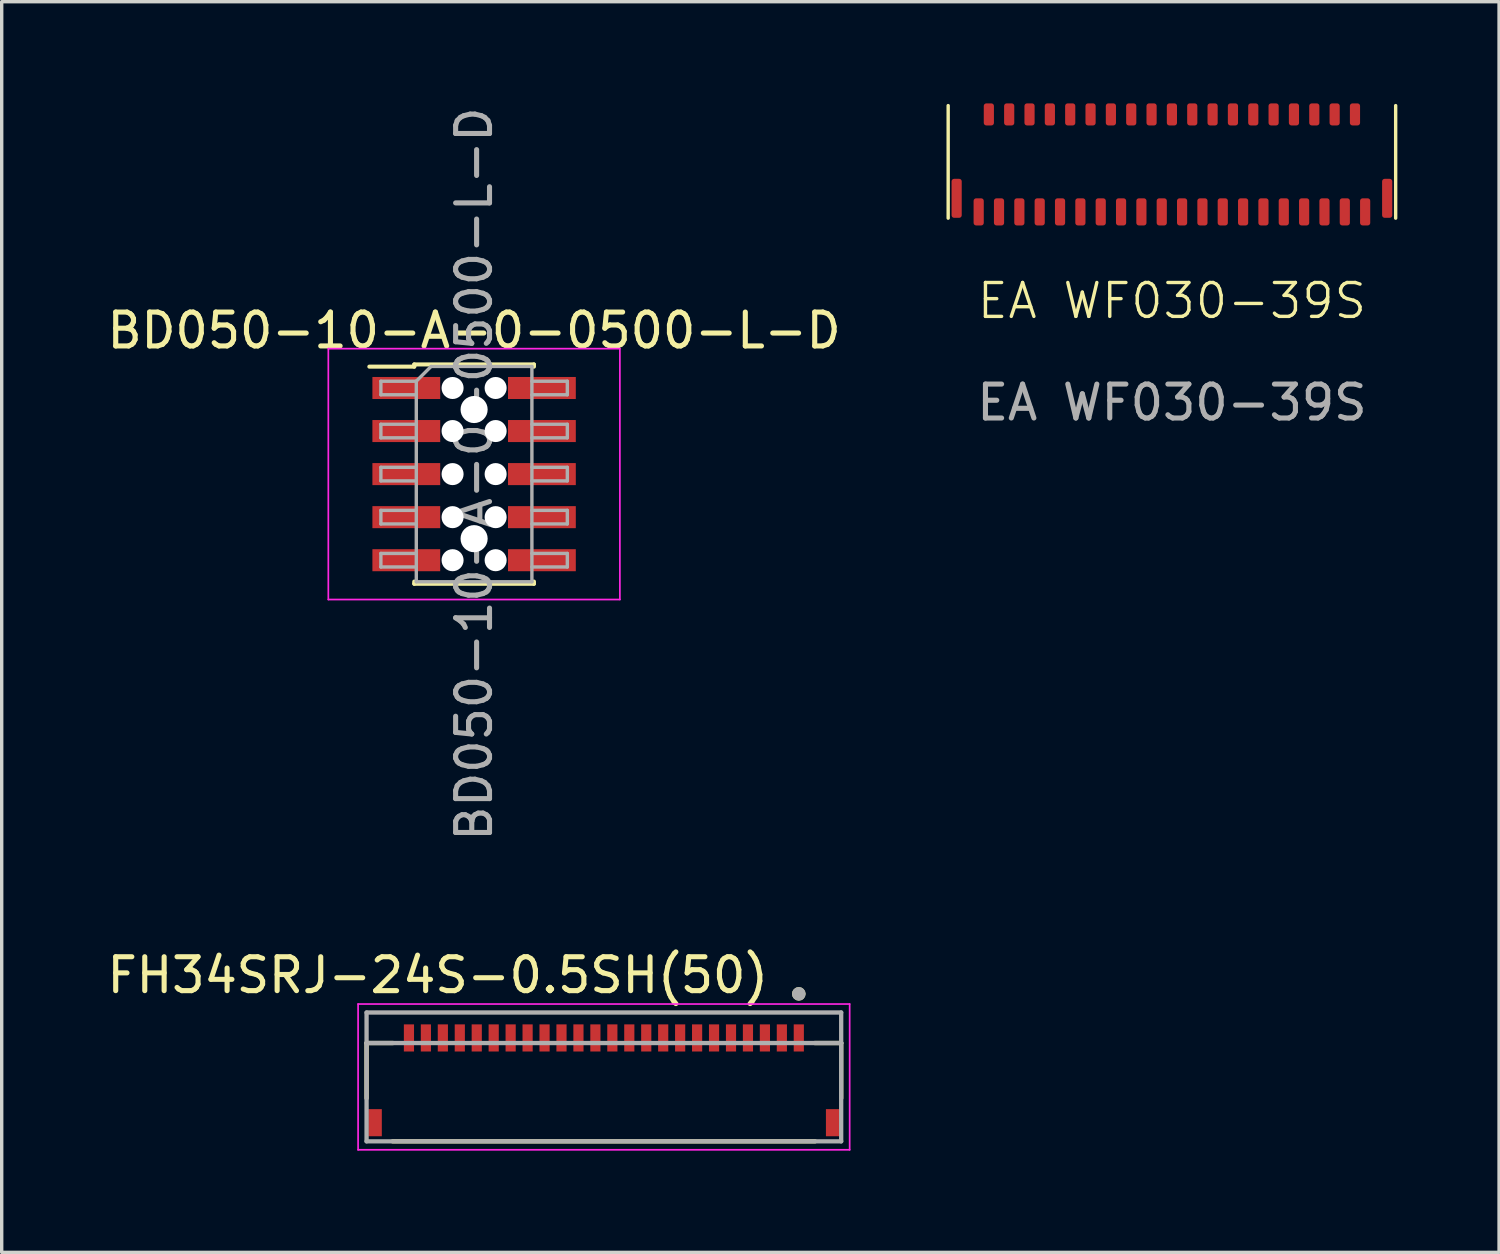
<source format=kicad_pcb>
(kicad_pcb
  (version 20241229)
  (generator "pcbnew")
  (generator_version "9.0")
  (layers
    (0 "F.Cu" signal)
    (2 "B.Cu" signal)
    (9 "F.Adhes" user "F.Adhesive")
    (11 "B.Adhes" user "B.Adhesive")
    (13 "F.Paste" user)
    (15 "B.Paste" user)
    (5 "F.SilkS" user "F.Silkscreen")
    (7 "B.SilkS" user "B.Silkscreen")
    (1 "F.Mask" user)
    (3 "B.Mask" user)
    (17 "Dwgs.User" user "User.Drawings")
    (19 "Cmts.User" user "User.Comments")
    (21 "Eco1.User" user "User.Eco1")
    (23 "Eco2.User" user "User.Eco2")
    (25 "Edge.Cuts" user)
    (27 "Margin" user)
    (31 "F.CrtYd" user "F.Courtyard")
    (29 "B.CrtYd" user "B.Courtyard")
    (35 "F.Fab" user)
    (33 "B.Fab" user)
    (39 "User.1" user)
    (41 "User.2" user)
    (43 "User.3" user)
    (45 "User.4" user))
  (footprint "EA WF030-39S"
    (layer "F.Cu")
    (at 31.519 1.725)
    (property "Reference" "EA WF030-39S" (at 0 4.1 0) (unlocked yes) (layer "F.SilkS") (effects (font (size 1 1) (thickness 0.1))))
    (attr smd)
    (fp_line (start -6.6 -1.66) (end -6.6 1.66) (stroke (width 0.1) (type default)) (layer "F.SilkS"))
    (fp_line (start 6.6 -1.66) (end 6.6 1.66) (stroke (width 0.1) (type default)) (layer "F.SilkS"))
    (fp_text user "${REFERENCE}" (at 0 7.1 0) (unlocked yes) (layer "F.Fab") (effects (font (size 1 1) (thickness 0.15))))
    (pad "1" smd roundrect (at -5.7 1.475) (size 0.3 0.8) (layers "F.Cu" "F.Mask" "F.Paste") (roundrect_rratio 0.25))
    (pad "2" smd roundrect (at -5.4 -1.4) (size 0.3 0.65) (layers "F.Cu" "F.Mask" "F.Paste") (roundrect_rratio 0.25))
    (pad "3" smd roundrect (at -5.1 1.475) (size 0.3 0.8) (layers "F.Cu" "F.Mask" "F.Paste") (roundrect_rratio 0.25))
    (pad "4" smd roundrect (at -4.8 -1.4) (size 0.3 0.65) (layers "F.Cu" "F.Mask" "F.Paste") (roundrect_rratio 0.25))
    (pad "5" smd roundrect (at -4.5 1.475) (size 0.3 0.8) (layers "F.Cu" "F.Mask" "F.Paste") (roundrect_rratio 0.25))
    (pad "6" smd roundrect (at -4.2 -1.4) (size 0.3 0.65) (layers "F.Cu" "F.Mask" "F.Paste") (roundrect_rratio 0.25))
    (pad "7" smd roundrect (at -3.9 1.475) (size 0.3 0.8) (layers "F.Cu" "F.Mask" "F.Paste") (roundrect_rratio 0.25))
    (pad "8" smd roundrect (at -3.6 -1.4) (size 0.3 0.65) (layers "F.Cu" "F.Mask" "F.Paste") (roundrect_rratio 0.25))
    (pad "9" smd roundrect (at -3.3 1.475) (size 0.3 0.8) (layers "F.Cu" "F.Mask" "F.Paste") (roundrect_rratio 0.25))
    (pad "10" smd roundrect (at -3 -1.4) (size 0.3 0.65) (layers "F.Cu" "F.Mask" "F.Paste") (roundrect_rratio 0.25))
    (pad "11" smd roundrect (at -2.7 1.475) (size 0.3 0.8) (layers "F.Cu" "F.Mask" "F.Paste") (roundrect_rratio 0.25))
    (pad "12" smd roundrect (at -2.4 -1.4) (size 0.3 0.65) (layers "F.Cu" "F.Mask" "F.Paste") (roundrect_rratio 0.25))
    (pad "13" smd roundrect (at -2.1 1.475) (size 0.3 0.8) (layers "F.Cu" "F.Mask" "F.Paste") (roundrect_rratio 0.25))
    (pad "14" smd roundrect (at -1.8 -1.4) (size 0.3 0.65) (layers "F.Cu" "F.Mask" "F.Paste") (roundrect_rratio 0.25))
    (pad "15" smd roundrect (at -1.5 1.475) (size 0.3 0.8) (layers "F.Cu" "F.Mask" "F.Paste") (roundrect_rratio 0.25))
    (pad "16" smd roundrect (at -1.2 -1.4) (size 0.3 0.65) (layers "F.Cu" "F.Mask" "F.Paste") (roundrect_rratio 0.25))
    (pad "17" smd roundrect (at -0.9 1.475) (size 0.3 0.8) (layers "F.Cu" "F.Mask" "F.Paste") (roundrect_rratio 0.25))
    (pad "18" smd roundrect (at -0.6 -1.4) (size 0.3 0.65) (layers "F.Cu" "F.Mask" "F.Paste") (roundrect_rratio 0.25))
    (pad "19" smd roundrect (at -0.3 1.475) (size 0.3 0.8) (layers "F.Cu" "F.Mask" "F.Paste") (roundrect_rratio 0.25))
    (pad "20" smd roundrect (at 0 -1.4) (size 0.3 0.65) (layers "F.Cu" "F.Mask" "F.Paste") (roundrect_rratio 0.25))
    (pad "21" smd roundrect (at 0.3 1.475) (size 0.3 0.8) (layers "F.Cu" "F.Mask" "F.Paste") (roundrect_rratio 0.25))
    (pad "22" smd roundrect (at 0.6 -1.4) (size 0.3 0.65) (layers "F.Cu" "F.Mask" "F.Paste") (roundrect_rratio 0.25))
    (pad "23" smd roundrect (at 0.9 1.475) (size 0.3 0.8) (layers "F.Cu" "F.Mask" "F.Paste") (roundrect_rratio 0.25))
    (pad "24" smd roundrect (at 1.2 -1.4) (size 0.3 0.65) (layers "F.Cu" "F.Mask" "F.Paste") (roundrect_rratio 0.25))
    (pad "25" smd roundrect (at 1.5 1.475) (size 0.3 0.8) (layers "F.Cu" "F.Mask" "F.Paste") (roundrect_rratio 0.25))
    (pad "26" smd roundrect (at 1.8 -1.4) (size 0.3 0.65) (layers "F.Cu" "F.Mask" "F.Paste") (roundrect_rratio 0.25))
    (pad "27" smd roundrect (at 2.1 1.475) (size 0.3 0.8) (layers "F.Cu" "F.Mask" "F.Paste") (roundrect_rratio 0.25))
    (pad "28" smd roundrect (at 2.4 -1.4) (size 0.3 0.65) (layers "F.Cu" "F.Mask" "F.Paste") (roundrect_rratio 0.25))
    (pad "29" smd roundrect (at 2.7 1.475) (size 0.3 0.8) (layers "F.Cu" "F.Mask" "F.Paste") (roundrect_rratio 0.25))
    (pad "30" smd roundrect (at 3 -1.4) (size 0.3 0.65) (layers "F.Cu" "F.Mask" "F.Paste") (roundrect_rratio 0.25))
    (pad "31" smd roundrect (at 3.3 1.475) (size 0.3 0.8) (layers "F.Cu" "F.Mask" "F.Paste") (roundrect_rratio 0.25))
    (pad "32" smd roundrect (at 3.6 -1.4) (size 0.3 0.65) (layers "F.Cu" "F.Mask" "F.Paste") (roundrect_rratio 0.25))
    (pad "33" smd roundrect (at 3.9 1.475) (size 0.3 0.8) (layers "F.Cu" "F.Mask" "F.Paste") (roundrect_rratio 0.25))
    (pad "34" smd roundrect (at 4.2 -1.4) (size 0.3 0.65) (layers "F.Cu" "F.Mask" "F.Paste") (roundrect_rratio 0.25))
    (pad "35" smd roundrect (at 4.5 1.475) (size 0.3 0.8) (layers "F.Cu" "F.Mask" "F.Paste") (roundrect_rratio 0.25))
    (pad "36" smd roundrect (at 4.8 -1.4) (size 0.3 0.65) (layers "F.Cu" "F.Mask" "F.Paste") (roundrect_rratio 0.25))
    (pad "37" smd roundrect (at 5.1 1.475) (size 0.3 0.8) (layers "F.Cu" "F.Mask" "F.Paste") (roundrect_rratio 0.25))
    (pad "38" smd roundrect (at 5.4 -1.4) (size 0.3 0.65) (layers "F.Cu" "F.Mask" "F.Paste") (roundrect_rratio 0.25))
    (pad "39" smd roundrect (at 5.7 1.475) (size 0.3 0.8) (layers "F.Cu" "F.Mask" "F.Paste") (roundrect_rratio 0.25))
    (pad "MP" smd roundrect (at -6.35 1.075) (size 0.3 1.15) (layers "F.Cu" "F.Mask" "F.Paste") (roundrect_rratio 0.25))
    (pad "MP" smd roundrect (at 6.35 1.075) (size 0.3 1.15) (layers "F.Cu" "F.Mask" "F.Paste") (roundrect_rratio 0.25)))
  (footprint "BD050-10-A-0-0500-L-D"
    (layer "F.Cu")
    (at 10.935 10.935)
    (property "Reference" "BD050-10-A-0-0500-L-D" (at 0 -4.235 0) (layer "F.SilkS") (effects (font (size 1 1) (thickness 0.15))))
    (attr smd)
    (fp_line (start -3.09 -3.17) (end -1.765 -3.17) (stroke (width 0.12) (type solid)) (layer "F.SilkS"))
    (fp_line (start -1.765 -3.235) (end -1.765 -3.17) (stroke (width 0.12) (type solid)) (layer "F.SilkS"))
    (fp_line (start -1.765 -3.235) (end 1.765 -3.235) (stroke (width 0.12) (type solid)) (layer "F.SilkS"))
    (fp_line (start -1.765 3.17) (end -1.765 3.235) (stroke (width 0.12) (type solid)) (layer "F.SilkS"))
    (fp_line (start -1.765 3.235) (end 1.765 3.235) (stroke (width 0.12) (type solid)) (layer "F.SilkS"))
    (fp_line (start 1.765 -3.235) (end 1.765 -3.17) (stroke (width 0.12) (type solid)) (layer "F.SilkS"))
    (fp_line (start 1.765 3.17) (end 1.765 3.235) (stroke (width 0.12) (type solid)) (layer "F.SilkS"))
    (fp_line (start -4.3 -3.7) (end -4.3 3.7) (stroke (width 0.05) (type solid)) (layer "F.CrtYd"))
    (fp_line (start -4.3 3.7) (end 4.3 3.7) (stroke (width 0.05) (type solid)) (layer "F.CrtYd"))
    (fp_line (start 4.3 -3.7) (end -4.3 -3.7) (stroke (width 0.05) (type solid)) (layer "F.CrtYd"))
    (fp_line (start 4.3 3.7) (end 4.3 -3.7) (stroke (width 0.05) (type solid)) (layer "F.CrtYd"))
    (fp_line (start -2.75 -2.74) (end -2.75 -2.34) (stroke (width 0.1) (type solid)) (layer "F.Fab"))
    (fp_line (start -2.75 -2.34) (end -1.705 -2.34) (stroke (width 0.1) (type solid)) (layer "F.Fab"))
    (fp_line (start -2.75 -1.47) (end -2.75 -1.07) (stroke (width 0.1) (type solid)) (layer "F.Fab"))
    (fp_line (start -2.75 -1.07) (end -1.705 -1.07) (stroke (width 0.1) (type solid)) (layer "F.Fab"))
    (fp_line (start -2.75 -0.2) (end -2.75 0.2) (stroke (width 0.1) (type solid)) (layer "F.Fab"))
    (fp_line (start -2.75 0.2) (end -1.705 0.2) (stroke (width 0.1) (type solid)) (layer "F.Fab"))
    (fp_line (start -2.75 1.07) (end -2.75 1.47) (stroke (width 0.1) (type solid)) (layer "F.Fab"))
    (fp_line (start -2.75 1.47) (end -1.705 1.47) (stroke (width 0.1) (type solid)) (layer "F.Fab"))
    (fp_line (start -2.75 2.34) (end -2.75 2.74) (stroke (width 0.1) (type solid)) (layer "F.Fab"))
    (fp_line (start -2.75 2.74) (end -1.705 2.74) (stroke (width 0.1) (type solid)) (layer "F.Fab"))
    (fp_line (start -1.705 -2.74) (end -2.75 -2.74) (stroke (width 0.1) (type solid)) (layer "F.Fab"))
    (fp_line (start -1.705 -2.74) (end -1.27 -3.175) (stroke (width 0.1) (type solid)) (layer "F.Fab"))
    (fp_line (start -1.705 -1.47) (end -2.75 -1.47) (stroke (width 0.1) (type solid)) (layer "F.Fab"))
    (fp_line (start -1.705 -0.2) (end -2.75 -0.2) (stroke (width 0.1) (type solid)) (layer "F.Fab"))
    (fp_line (start -1.705 1.07) (end -2.75 1.07) (stroke (width 0.1) (type solid)) (layer "F.Fab"))
    (fp_line (start -1.705 2.34) (end -2.75 2.34) (stroke (width 0.1) (type solid)) (layer "F.Fab"))
    (fp_line (start -1.705 3.175) (end -1.705 -2.74) (stroke (width 0.1) (type solid)) (layer "F.Fab"))
    (fp_line (start -1.27 -3.175) (end 1.705 -3.175) (stroke (width 0.1) (type solid)) (layer "F.Fab"))
    (fp_line (start 1.705 -3.175) (end 1.705 3.175) (stroke (width 0.1) (type solid)) (layer "F.Fab"))
    (fp_line (start 1.705 -2.74) (end 2.75 -2.74) (stroke (width 0.1) (type solid)) (layer "F.Fab"))
    (fp_line (start 1.705 -1.47) (end 2.75 -1.47) (stroke (width 0.1) (type solid)) (layer "F.Fab"))
    (fp_line (start 1.705 -0.2) (end 2.75 -0.2) (stroke (width 0.1) (type solid)) (layer "F.Fab"))
    (fp_line (start 1.705 1.07) (end 2.75 1.07) (stroke (width 0.1) (type solid)) (layer "F.Fab"))
    (fp_line (start 1.705 2.34) (end 2.75 2.34) (stroke (width 0.1) (type solid)) (layer "F.Fab"))
    (fp_line (start 1.705 3.175) (end -1.705 3.175) (stroke (width 0.1) (type solid)) (layer "F.Fab"))
    (fp_line (start 2.75 -2.74) (end 2.75 -2.34) (stroke (width 0.1) (type solid)) (layer "F.Fab"))
    (fp_line (start 2.75 -2.34) (end 1.705 -2.34) (stroke (width 0.1) (type solid)) (layer "F.Fab"))
    (fp_line (start 2.75 -1.47) (end 2.75 -1.07) (stroke (width 0.1) (type solid)) (layer "F.Fab"))
    (fp_line (start 2.75 -1.07) (end 1.705 -1.07) (stroke (width 0.1) (type solid)) (layer "F.Fab"))
    (fp_line (start 2.75 -0.2) (end 2.75 0.2) (stroke (width 0.1) (type solid)) (layer "F.Fab"))
    (fp_line (start 2.75 0.2) (end 1.705 0.2) (stroke (width 0.1) (type solid)) (layer "F.Fab"))
    (fp_line (start 2.75 1.07) (end 2.75 1.47) (stroke (width 0.1) (type solid)) (layer "F.Fab"))
    (fp_line (start 2.75 1.47) (end 1.705 1.47) (stroke (width 0.1) (type solid)) (layer "F.Fab"))
    (fp_line (start 2.75 2.34) (end 2.75 2.74) (stroke (width 0.1) (type solid)) (layer "F.Fab"))
    (fp_line (start 2.75 2.74) (end 1.705 2.74) (stroke (width 0.1) (type solid)) (layer "F.Fab"))
    (fp_text user "${REFERENCE}" (at 0 0 90) (layer "F.Fab") (effects (font (size 1 1) (thickness 0.15))))
    (pad "" np_thru_hole circle (at -0.635 -2.54) (size 0.65 0.65) (drill 0.65) (layers "*.Cu" "*.Mask"))
    (pad "" np_thru_hole circle (at -0.635 -1.27) (size 0.65 0.65) (drill 0.65) (layers "*.Cu" "*.Mask"))
    (pad "" np_thru_hole circle (at -0.635 0) (size 0.65 0.65) (drill 0.65) (layers "*.Cu" "*.Mask"))
    (pad "" np_thru_hole circle (at -0.635 1.27) (size 0.65 0.65) (drill 0.65) (layers "*.Cu" "*.Mask"))
    (pad "" np_thru_hole circle (at -0.635 2.54) (size 0.65 0.65) (drill 0.65) (layers "*.Cu" "*.Mask"))
    (pad "" np_thru_hole circle (at 0 -1.905) (size 0.8 0.8) (drill 0.8) (layers "*.Cu" "*.Mask"))
    (pad "" np_thru_hole circle (at 0 1.905) (size 0.8 0.8) (drill 0.8) (layers "*.Cu" "*.Mask"))
    (pad "" np_thru_hole circle (at 0.635 -2.54) (size 0.65 0.65) (drill 0.65) (layers "*.Cu" "*.Mask"))
    (pad "" np_thru_hole circle (at 0.635 -1.27) (size 0.65 0.65) (drill 0.65) (layers "*.Cu" "*.Mask"))
    (pad "" np_thru_hole circle (at 0.635 0) (size 0.65 0.65) (drill 0.65) (layers "*.Cu" "*.Mask"))
    (pad "" np_thru_hole circle (at 0.635 1.27) (size 0.65 0.65) (drill 0.65) (layers "*.Cu" "*.Mask"))
    (pad "" np_thru_hole circle (at 0.635 2.54) (size 0.65 0.65) (drill 0.65) (layers "*.Cu" "*.Mask"))
    (pad "1" smd rect (at -2 -2.54) (size 2 0.65) (layers "F.Cu" "F.Mask" "F.Paste"))
    (pad "2" smd rect (at 2 -2.54) (size 2 0.65) (layers "F.Cu" "F.Mask" "F.Paste"))
    (pad "3" smd rect (at -2 -1.27) (size 2 0.65) (layers "F.Cu" "F.Mask" "F.Paste"))
    (pad "4" smd rect (at 2 -1.27) (size 2 0.65) (layers "F.Cu" "F.Mask" "F.Paste"))
    (pad "5" smd rect (at -2 0) (size 2 0.65) (layers "F.Cu" "F.Mask" "F.Paste"))
    (pad "6" smd rect (at 2 0) (size 2 0.65) (layers "F.Cu" "F.Mask" "F.Paste"))
    (pad "7" smd rect (at -2 1.27) (size 2 0.65) (layers "F.Cu" "F.Mask" "F.Paste"))
    (pad "8" smd rect (at 2 1.27) (size 2 0.65) (layers "F.Cu" "F.Mask" "F.Paste"))
    (pad "9" smd rect (at -2 2.54) (size 2 0.65) (layers "F.Cu" "F.Mask" "F.Paste"))
    (pad "10" smd rect (at 2 2.54) (size 2 0.65) (layers "F.Cu" "F.Mask" "F.Paste")))
  (footprint "FH34SRJ-24S-0.5SH(50)"
    (layer "F.Cu")
    (at 14.763 28.817)
    (property "Reference" "FH34SRJ-24S-0.5SH(50)" (at -4.9 -3.1 0) (layer "F.SilkS") (effects (font (size 1 1) (thickness 0.15))))
    (attr smd)
    (fp_line (start -7 -1.1) (end -7 0.53) (stroke (width 0.127) (type solid)) (layer "F.SilkS"))
    (fp_line (start -6.23 1.8) (end 6.23 1.8) (stroke (width 0.127) (type solid)) (layer "F.SilkS"))
    (fp_line (start -6.22 -1.1) (end -7 -1.1) (stroke (width 0.127) (type solid)) (layer "F.SilkS"))
    (fp_line (start 6.22 -1.1) (end 7 -1.1) (stroke (width 0.127) (type solid)) (layer "F.SilkS"))
    (fp_line (start 7 -1.1) (end 7 0.53) (stroke (width 0.127) (type solid)) (layer "F.SilkS"))
    (fp_circle (center 5.75 -2.55) (end 5.85 -2.55) (stroke (width 0.2) (type solid)) (fill no) (layer "F.SilkS"))
    (fp_poly (pts (xy -5.875 -1.65) (xy -5.625 -1.65) (xy -5.625 -1) (xy -5.875 -1)) (stroke (width 0.01) (type solid)) (fill yes) (layer "F.Paste"))
    (fp_poly (pts (xy -5.375 -1.65) (xy -5.125 -1.65) (xy -5.125 -1) (xy -5.375 -1)) (stroke (width 0.01) (type solid)) (fill yes) (layer "F.Paste"))
    (fp_poly (pts (xy -4.875 -1.65) (xy -4.625 -1.65) (xy -4.625 -1) (xy -4.875 -1)) (stroke (width 0.01) (type solid)) (fill yes) (layer "F.Paste"))
    (fp_poly (pts (xy -4.375 -1.65) (xy -4.125 -1.65) (xy -4.125 -1) (xy -4.375 -1)) (stroke (width 0.01) (type solid)) (fill yes) (layer "F.Paste"))
    (fp_poly (pts (xy -3.875 -1.65) (xy -3.625 -1.65) (xy -3.625 -1) (xy -3.875 -1)) (stroke (width 0.01) (type solid)) (fill yes) (layer "F.Paste"))
    (fp_poly (pts (xy -3.375 -1.65) (xy -3.125 -1.65) (xy -3.125 -1) (xy -3.375 -1)) (stroke (width 0.01) (type solid)) (fill yes) (layer "F.Paste"))
    (fp_poly (pts (xy -2.875 -1.65) (xy -2.625 -1.65) (xy -2.625 -1) (xy -2.875 -1)) (stroke (width 0.01) (type solid)) (fill yes) (layer "F.Paste"))
    (fp_poly (pts (xy -2.375 -1.65) (xy -2.125 -1.65) (xy -2.125 -1) (xy -2.375 -1)) (stroke (width 0.01) (type solid)) (fill yes) (layer "F.Paste"))
    (fp_poly (pts (xy -1.875 -1.65) (xy -1.625 -1.65) (xy -1.625 -1) (xy -1.875 -1)) (stroke (width 0.01) (type solid)) (fill yes) (layer "F.Paste"))
    (fp_poly (pts (xy -1.375 -1.65) (xy -1.125 -1.65) (xy -1.125 -1) (xy -1.375 -1)) (stroke (width 0.01) (type solid)) (fill yes) (layer "F.Paste"))
    (fp_poly (pts (xy -0.875 -1.65) (xy -0.625 -1.65) (xy -0.625 -1) (xy -0.875 -1)) (stroke (width 0.01) (type solid)) (fill yes) (layer "F.Paste"))
    (fp_poly (pts (xy -0.375 -1.65) (xy -0.125 -1.65) (xy -0.125 -1) (xy -0.375 -1)) (stroke (width 0.01) (type solid)) (fill yes) (layer "F.Paste"))
    (fp_poly (pts (xy 0.125 -1.65) (xy 0.375 -1.65) (xy 0.375 -1) (xy 0.125 -1)) (stroke (width 0.01) (type solid)) (fill yes) (layer "F.Paste"))
    (fp_poly (pts (xy 0.625 -1.65) (xy 0.875 -1.65) (xy 0.875 -1) (xy 0.625 -1)) (stroke (width 0.01) (type solid)) (fill yes) (layer "F.Paste"))
    (fp_poly (pts (xy 1.125 -1.65) (xy 1.375 -1.65) (xy 1.375 -1) (xy 1.125 -1)) (stroke (width 0.01) (type solid)) (fill yes) (layer "F.Paste"))
    (fp_poly (pts (xy 1.625 -1.65) (xy 1.875 -1.65) (xy 1.875 -1) (xy 1.625 -1)) (stroke (width 0.01) (type solid)) (fill yes) (layer "F.Paste"))
    (fp_poly (pts (xy 2.125 -1.65) (xy 2.375 -1.65) (xy 2.375 -1) (xy 2.125 -1)) (stroke (width 0.01) (type solid)) (fill yes) (layer "F.Paste"))
    (fp_poly (pts (xy 2.625 -1.65) (xy 2.875 -1.65) (xy 2.875 -1) (xy 2.625 -1)) (stroke (width 0.01) (type solid)) (fill yes) (layer "F.Paste"))
    (fp_poly (pts (xy 3.125 -1.65) (xy 3.375 -1.65) (xy 3.375 -1) (xy 3.125 -1)) (stroke (width 0.01) (type solid)) (fill yes) (layer "F.Paste"))
    (fp_poly (pts (xy 3.625 -1.65) (xy 3.875 -1.65) (xy 3.875 -1) (xy 3.625 -1)) (stroke (width 0.01) (type solid)) (fill yes) (layer "F.Paste"))
    (fp_poly (pts (xy 4.125 -1.65) (xy 4.375 -1.65) (xy 4.375 -1) (xy 4.125 -1)) (stroke (width 0.01) (type solid)) (fill yes) (layer "F.Paste"))
    (fp_poly (pts (xy 4.625 -1.65) (xy 4.875 -1.65) (xy 4.875 -1) (xy 4.625 -1)) (stroke (width 0.01) (type solid)) (fill yes) (layer "F.Paste"))
    (fp_poly (pts (xy 5.125 -1.65) (xy 5.375 -1.65) (xy 5.375 -1) (xy 5.125 -1)) (stroke (width 0.01) (type solid)) (fill yes) (layer "F.Paste"))
    (fp_poly (pts (xy 5.625 -1.65) (xy 5.875 -1.65) (xy 5.875 -1) (xy 5.625 -1)) (stroke (width 0.01) (type solid)) (fill yes) (layer "F.Paste"))
    (fp_line (start -7.25 -2.25) (end -7.25 2.05) (stroke (width 0.05) (type solid)) (layer "F.CrtYd"))
    (fp_line (start -7.25 2.05) (end 7.25 2.05) (stroke (width 0.05) (type solid)) (layer "F.CrtYd"))
    (fp_line (start 7.25 -2.25) (end -7.25 -2.25) (stroke (width 0.05) (type solid)) (layer "F.CrtYd"))
    (fp_line (start 7.25 2.05) (end 7.25 -2.25) (stroke (width 0.05) (type solid)) (layer "F.CrtYd"))
    (fp_line (start -7 -2) (end 7 -2) (stroke (width 0.127) (type solid)) (layer "F.Fab"))
    (fp_line (start -7 -1.1) (end -7 -2) (stroke (width 0.127) (type solid)) (layer "F.Fab"))
    (fp_line (start -7 -1.1) (end 7 -1.1) (stroke (width 0.127) (type solid)) (layer "F.Fab"))
    (fp_line (start -7 1.8) (end -7 -1.1) (stroke (width 0.127) (type solid)) (layer "F.Fab"))
    (fp_line (start 7 -2) (end 7 -1.1) (stroke (width 0.127) (type solid)) (layer "F.Fab"))
    (fp_line (start 7 -1.1) (end 7 1.8) (stroke (width 0.127) (type solid)) (layer "F.Fab"))
    (fp_line (start 7 1.8) (end -7 1.8) (stroke (width 0.127) (type solid)) (layer "F.Fab"))
    (fp_circle (center 5.75 -2.55) (end 5.85 -2.55) (stroke (width 0.2) (type solid)) (fill no) (layer "F.Fab"))
    (pad "1" smd rect (at 5.75 -1.25) (size 0.3 0.8) (layers "F.Cu" "F.Mask"))
    (pad "2" smd rect (at 5.25 -1.25) (size 0.3 0.8) (layers "F.Cu" "F.Mask"))
    (pad "3" smd rect (at 4.75 -1.25) (size 0.3 0.8) (layers "F.Cu" "F.Mask"))
    (pad "4" smd rect (at 4.25 -1.25) (size 0.3 0.8) (layers "F.Cu" "F.Mask"))
    (pad "5" smd rect (at 3.75 -1.25) (size 0.3 0.8) (layers "F.Cu" "F.Mask"))
    (pad "6" smd rect (at 3.25 -1.25) (size 0.3 0.8) (layers "F.Cu" "F.Mask"))
    (pad "7" smd rect (at 2.75 -1.25) (size 0.3 0.8) (layers "F.Cu" "F.Mask"))
    (pad "8" smd rect (at 2.25 -1.25) (size 0.3 0.8) (layers "F.Cu" "F.Mask"))
    (pad "9" smd rect (at 1.75 -1.25) (size 0.3 0.8) (layers "F.Cu" "F.Mask"))
    (pad "10" smd rect (at 1.25 -1.25) (size 0.3 0.8) (layers "F.Cu" "F.Mask"))
    (pad "11" smd rect (at 0.75 -1.25) (size 0.3 0.8) (layers "F.Cu" "F.Mask"))
    (pad "12" smd rect (at 0.25 -1.25) (size 0.3 0.8) (layers "F.Cu" "F.Mask"))
    (pad "13" smd rect (at -0.25 -1.25) (size 0.3 0.8) (layers "F.Cu" "F.Mask"))
    (pad "14" smd rect (at -0.75 -1.25) (size 0.3 0.8) (layers "F.Cu" "F.Mask"))
    (pad "15" smd rect (at -1.25 -1.25) (size 0.3 0.8) (layers "F.Cu" "F.Mask"))
    (pad "16" smd rect (at -1.75 -1.25) (size 0.3 0.8) (layers "F.Cu" "F.Mask"))
    (pad "17" smd rect (at -2.25 -1.25) (size 0.3 0.8) (layers "F.Cu" "F.Mask"))
    (pad "18" smd rect (at -2.75 -1.25) (size 0.3 0.8) (layers "F.Cu" "F.Mask"))
    (pad "19" smd rect (at -3.25 -1.25) (size 0.3 0.8) (layers "F.Cu" "F.Mask"))
    (pad "20" smd rect (at -3.75 -1.25) (size 0.3 0.8) (layers "F.Cu" "F.Mask"))
    (pad "21" smd rect (at -4.25 -1.25) (size 0.3 0.8) (layers "F.Cu" "F.Mask"))
    (pad "22" smd rect (at -4.75 -1.25) (size 0.3 0.8) (layers "F.Cu" "F.Mask"))
    (pad "23" smd rect (at -5.25 -1.25) (size 0.3 0.8) (layers "F.Cu" "F.Mask"))
    (pad "24" smd rect (at -5.75 -1.25) (size 0.3 0.8) (layers "F.Cu" "F.Mask"))
    (pad "S1" smd rect (at 6.75 1.25) (size 0.4 0.8) (layers "F.Cu" "F.Mask" "F.Paste"))
    (pad "S2" smd rect (at -6.75 1.25) (size 0.4 0.8) (layers "F.Cu" "F.Mask" "F.Paste")))
  (gr_rect
    (start -3 -3)
    (end 41.169 33.892)
    (stroke (width 0.1) (type default))
    (fill no)
    (layer "Edge.Cuts")))
</source>
